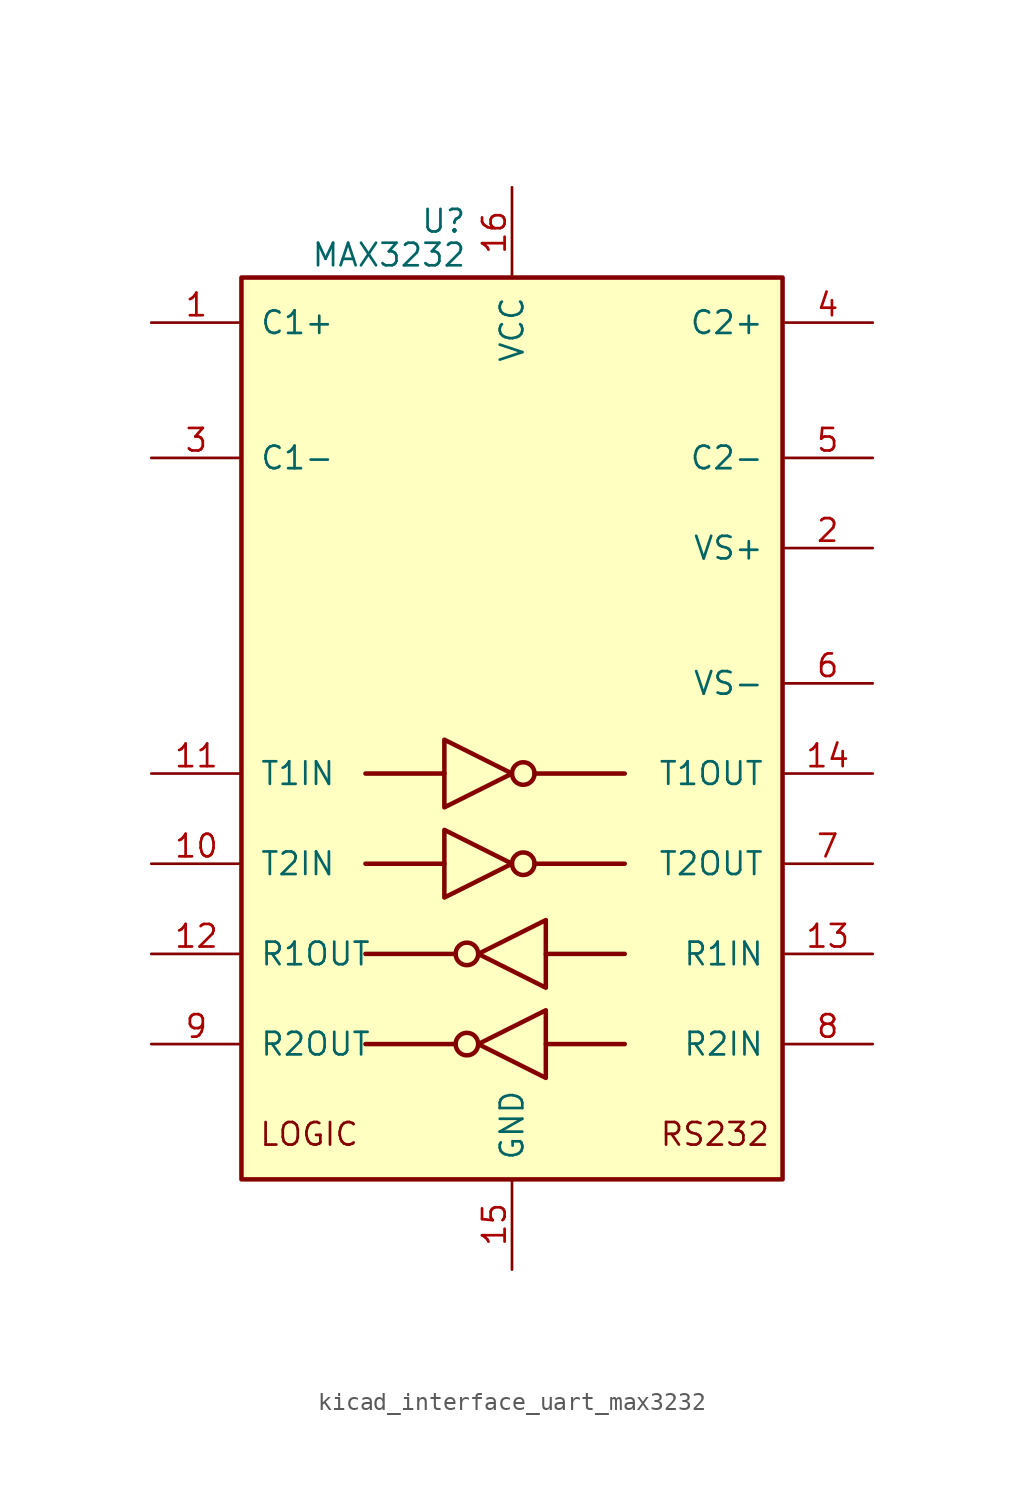
<source format=kicad_sym>
(kicad_symbol_lib
  (version 20220914)
  (generator kicad_symbol_editor)
  (symbol "kicad_interface_uart_max3232"
    (pin_names
      (offset 1.016))
    (property "Reference" "U"
      (at -2.54 28.575 0)
      (effects (font (size 1.27 1.27)) (justify right)))
    (property "Value" "MAX3232"
      (at -2.54 26.67 0)
      (effects (font (size 1.27 1.27)) (justify right)))
    (symbol "kicad_interface_uart_max3232_0_0"
      (text "LOGIC" (at -11.43 -22.86 0) (effects (font (size 1.27 1.27))))
      (text "RS232" (at 11.43 -22.86 0) (effects (font (size 1.27 1.27)))))
    (symbol "kicad_interface_uart_max3232_0_1"
      (rectangle (start -15.24 -25.4) (end 15.24 25.4) (stroke (width 0.254) (type default)) (fill (type background)))
      (circle (center -2.54 -17.78) (radius 0.635) (stroke (width 0.254) (type default)) (fill (type none)))
      (circle (center -2.54 -12.7) (radius 0.635) (stroke (width 0.254) (type default)) (fill (type none)))
      (polyline (pts (xy -3.81 -7.62) (xy -8.255 -7.62)) (stroke (width 0.254) (type default)) (fill (type none)))
      (polyline (pts (xy -3.81 -2.54) (xy -8.255 -2.54)) (stroke (width 0.254) (type default)) (fill (type none)))
      (polyline (pts (xy -3.175 -17.78) (xy -8.255 -17.78)) (stroke (width 0.254) (type default)) (fill (type none)))
      (polyline (pts (xy -3.175 -12.7) (xy -8.255 -12.7)) (stroke (width 0.254) (type default)) (fill (type none)))
      (polyline (pts (xy 1.27 -7.62) (xy 6.35 -7.62)) (stroke (width 0.254) (type default)) (fill (type none)))
      (polyline (pts (xy 1.27 -2.54) (xy 6.35 -2.54)) (stroke (width 0.254) (type default)) (fill (type none)))
      (polyline (pts (xy 1.905 -17.78) (xy 6.35 -17.78)) (stroke (width 0.254) (type default)) (fill (type none)))
      (polyline (pts (xy 1.905 -12.7) (xy 6.35 -12.7)) (stroke (width 0.254) (type default)) (fill (type none)))
      (polyline (pts (xy -3.81 -5.715) (xy -3.81 -9.525) (xy 0 -7.62) (xy -3.81 -5.715)) (stroke (width 0.254) (type default)) (fill (type none)))
      (polyline (pts (xy -3.81 -0.635) (xy -3.81 -4.445) (xy 0 -2.54) (xy -3.81 -0.635)) (stroke (width 0.254) (type default)) (fill (type none)))
      (polyline (pts (xy 1.905 -15.875) (xy 1.905 -19.685) (xy -1.905 -17.78) (xy 1.905 -15.875)) (stroke (width 0.254) (type default)) (fill (type none)))
      (polyline (pts (xy 1.905 -10.795) (xy 1.905 -14.605) (xy -1.905 -12.7) (xy 1.905 -10.795)) (stroke (width 0.254) (type default)) (fill (type none)))
      (circle (center 0.635 -7.62) (radius 0.635) (stroke (width 0.254) (type default)) (fill (type none)))
      (circle (center 0.635 -2.54) (radius 0.635) (stroke (width 0.254) (type default)) (fill (type none))))
    (symbol "kicad_interface_uart_max3232_1_1"
      (pin passive line (at -20.32 22.86 0) (length 5.08) (name "C1+" (effects (font (size 1.27 1.27)))) (number "1" (effects (font (size 1.27 1.27)))))
      (pin input line (at -20.32 -7.62 0) (length 5.08) (name "T2IN" (effects (font (size 1.27 1.27)))) (number "10" (effects (font (size 1.27 1.27)))))
      (pin input line (at -20.32 -2.54 0) (length 5.08) (name "T1IN" (effects (font (size 1.27 1.27)))) (number "11" (effects (font (size 1.27 1.27)))))
      (pin output line (at -20.32 -12.7 0) (length 5.08) (name "R1OUT" (effects (font (size 1.27 1.27)))) (number "12" (effects (font (size 1.27 1.27)))))
      (pin input line (at 20.32 -12.7 180) (length 5.08) (name "R1IN" (effects (font (size 1.27 1.27)))) (number "13" (effects (font (size 1.27 1.27)))))
      (pin output line (at 20.32 -2.54 180) (length 5.08) (name "T1OUT" (effects (font (size 1.27 1.27)))) (number "14" (effects (font (size 1.27 1.27)))))
      (pin power_in line (at 0 -30.48 90) (length 5.08) (name "GND" (effects (font (size 1.27 1.27)))) (number "15" (effects (font (size 1.27 1.27)))))
      (pin power_in line (at 0 30.48 270) (length 5.08) (name "VCC" (effects (font (size 1.27 1.27)))) (number "16" (effects (font (size 1.27 1.27)))))
      (pin power_out line (at 20.32 10.16 180) (length 5.08) (name "VS+" (effects (font (size 1.27 1.27)))) (number "2" (effects (font (size 1.27 1.27)))))
      (pin passive line (at -20.32 15.24 0) (length 5.08) (name "C1-" (effects (font (size 1.27 1.27)))) (number "3" (effects (font (size 1.27 1.27)))))
      (pin passive line (at 20.32 22.86 180) (length 5.08) (name "C2+" (effects (font (size 1.27 1.27)))) (number "4" (effects (font (size 1.27 1.27)))))
      (pin passive line (at 20.32 15.24 180) (length 5.08) (name "C2-" (effects (font (size 1.27 1.27)))) (number "5" (effects (font (size 1.27 1.27)))))
      (pin power_out line (at 20.32 2.54 180) (length 5.08) (name "VS-" (effects (font (size 1.27 1.27)))) (number "6" (effects (font (size 1.27 1.27)))))
      (pin output line (at 20.32 -7.62 180) (length 5.08) (name "T2OUT" (effects (font (size 1.27 1.27)))) (number "7" (effects (font (size 1.27 1.27)))))
      (pin input line (at 20.32 -17.78 180) (length 5.08) (name "R2IN" (effects (font (size 1.27 1.27)))) (number "8" (effects (font (size 1.27 1.27)))))
      (pin output line (at -20.32 -17.78 0) (length 5.08) (name "R2OUT" (effects (font (size 1.27 1.27)))) (number "9" (effects (font (size 1.27 1.27))))))))
</source>
